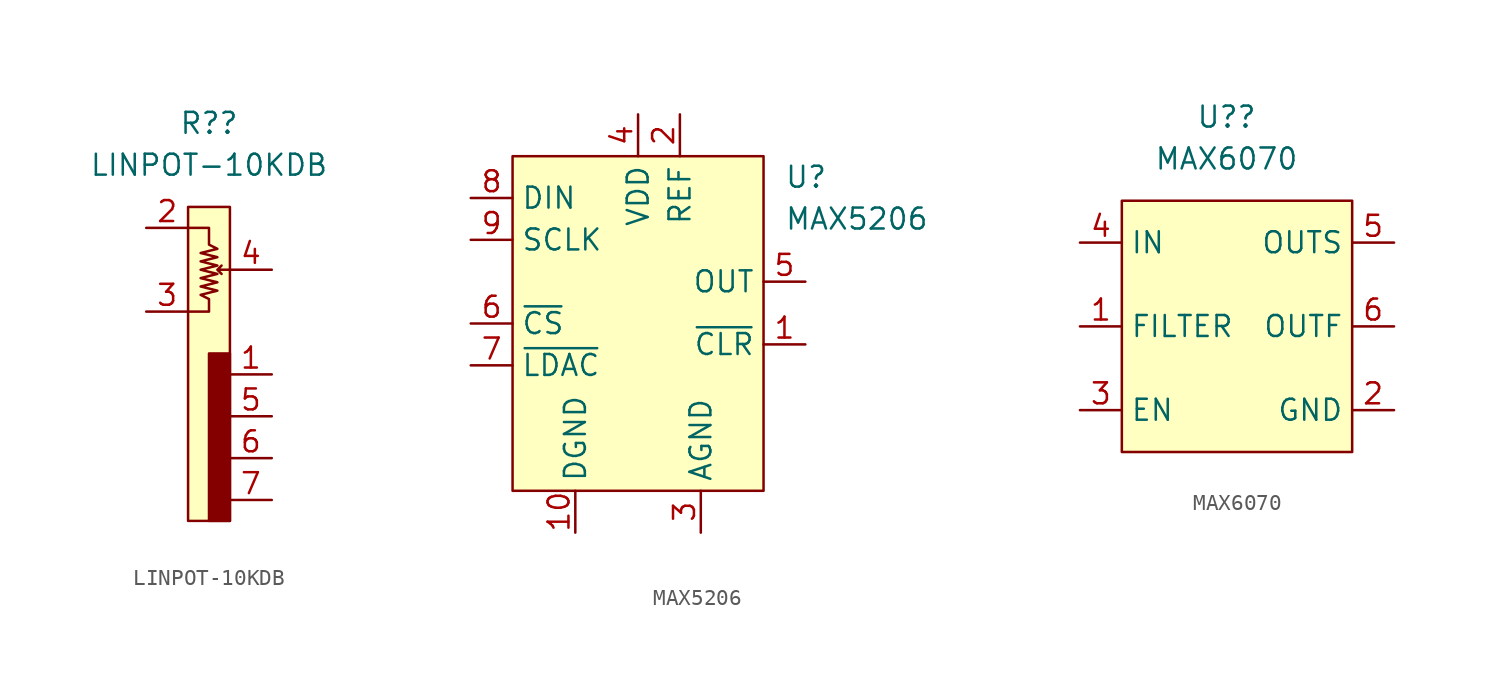
<source format=kicad_sym>
(kicad_symbol_lib
  (version 20211014)
  (generator kicad_symbol_editor)
  (symbol "LINPOT-10KDB"
    (property "Reference" "R?"
      (at 0 13.97 0)
      (effects (font (size 1.27 1.27))))
    (property "Value" "LINPOT-10KDB"
      (at 0 11.43 0)
      (effects (font (size 1.27 1.27))))
    (symbol "LINPOT-10KDB_0_1"
      (rectangle (start -1.27 8.89) (end 1.27 -10.16) (stroke (width 0) (type default) (color 0 0 0 0)) (fill (type background)))
      (polyline (pts (xy 1.27 5.08) (xy 0.508 5.08) (xy 0.762 4.826) (xy 0.508 5.08) (xy 0.762 5.334)) (stroke (width 0) (type default) (color 0 0 0 0)) (fill (type none)))
      (polyline (pts (xy -1.27 2.54) (xy 0 2.54) (xy 0 3.302) (xy -0.508 3.556) (xy 0.508 3.81) (xy -0.508 4.064) (xy 0.508 4.318) (xy -0.508 4.572) (xy 0.508 4.826) (xy -0.508 5.08) (xy 0.508 5.334) (xy -0.508 5.588) (xy 0.508 5.842) (xy -0.508 6.096) (xy 0.508 6.35) (xy 0 6.604) (xy 0 7.62) (xy -1.27 7.62)) (stroke (width 0) (type default) (color 0 0 0 0)) (fill (type none)))
      (rectangle (start 1.27 0) (end 0 -10.16) (stroke (width 0) (type default) (color 0 0 0 0)) (fill (type outline))))
    (symbol "LINPOT-10KDB_1_1"
      (pin passive line (at 3.81 -1.27 180) (length 2.54) (name "" (effects (font (size 1.27 1.27)))) (number "1" (effects (font (size 1.27 1.27)))))
      (pin passive line (at -3.81 7.62 0) (length 2.54) (name "" (effects (font (size 1.27 1.27)))) (number "2" (effects (font (size 1.27 1.27)))))
      (pin passive line (at -3.81 2.54 0) (length 2.54) (name "" (effects (font (size 1.27 1.27)))) (number "3" (effects (font (size 1.27 1.27)))))
      (pin passive line (at 3.81 5.08 180) (length 2.54) (name "" (effects (font (size 1.27 1.27)))) (number "4" (effects (font (size 1.27 1.27)))))
      (pin passive line (at 3.81 -3.81 180) (length 2.54) (name "" (effects (font (size 1.27 1.27)))) (number "5" (effects (font (size 1.27 1.27)))))
      (pin passive line (at 3.81 -6.35 180) (length 2.54) (name "" (effects (font (size 1.27 1.27)))) (number "6" (effects (font (size 1.27 1.27)))))
      (pin passive line (at 3.81 -8.89 180) (length 2.54) (name "" (effects (font (size 1.27 1.27)))) (number "7" (effects (font (size 1.27 1.27)))))))
  (symbol "MAX5206"
    (property "Reference" "U"
      (at 8.89 6.35 0)
      (effects (font (size 1.27 1.27)) (justify left)))
    (property "Value" "MAX5206"
      (at 8.89 3.81 0)
      (effects (font (size 1.27 1.27)) (justify left)))
    (symbol "MAX5206_0_1"
      (rectangle (start -7.62 7.62) (end 7.62 -12.7) (stroke (width 0) (type default) (color 0 0 0 0)) (fill (type background))))
    (symbol "MAX5206_1_1"
      (pin input line (at 10.16 -3.81 180) (length 2.54) (name "~{CLR}" (effects (font (size 1.27 1.27)))) (number "1" (effects (font (size 1.27 1.27)))))
      (pin power_in line (at -3.81 -15.24 90) (length 2.54) (name "DGND" (effects (font (size 1.27 1.27)))) (number "10" (effects (font (size 1.27 1.27)))))
      (pin power_in line (at 2.54 10.16 270) (length 2.54) (name "REF" (effects (font (size 1.27 1.27)))) (number "2" (effects (font (size 1.27 1.27)))))
      (pin power_in line (at 3.81 -15.24 90) (length 2.54) (name "AGND" (effects (font (size 1.27 1.27)))) (number "3" (effects (font (size 1.27 1.27)))))
      (pin power_in line (at 0 10.16 270) (length 2.54) (name "VDD" (effects (font (size 1.27 1.27)))) (number "4" (effects (font (size 1.27 1.27)))))
      (pin output line (at 10.16 0 180) (length 2.54) (name "OUT" (effects (font (size 1.27 1.27)))) (number "5" (effects (font (size 1.27 1.27)))))
      (pin input line (at -10.16 -2.54 0) (length 2.54) (name "~{CS}" (effects (font (size 1.27 1.27)))) (number "6" (effects (font (size 1.27 1.27)))))
      (pin input line (at -10.16 -5.08 0) (length 2.54) (name "~{LDAC}" (effects (font (size 1.27 1.27)))) (number "7" (effects (font (size 1.27 1.27)))))
      (pin input line (at -10.16 5.08 0) (length 2.54) (name "DIN" (effects (font (size 1.27 1.27)))) (number "8" (effects (font (size 1.27 1.27)))))
      (pin bidirectional line (at -10.16 2.54 0) (length 2.54) (name "SCLK" (effects (font (size 1.27 1.27)))) (number "9" (effects (font (size 1.27 1.27)))))))
  (symbol "MAX6070"
    (property "Reference" "U?"
      (at 0 12.7 0)
      (effects (font (size 1.27 1.27))))
    (property "Value" "MAX6070"
      (at 0 10.16 0)
      (effects (font (size 1.27 1.27))))
    (symbol "MAX6070_0_1"
      (rectangle (start -6.35 7.62) (end 7.62 -7.62) (stroke (width 0) (type default) (color 0 0 0 0)) (fill (type background))))
    (symbol "MAX6070_1_1"
      (pin passive line (at -8.89 0 0) (length 2.54) (name "FILTER" (effects (font (size 1.27 1.27)))) (number "1" (effects (font (size 1.27 1.27)))))
      (pin power_out line (at 10.16 -5.08 180) (length 2.54) (name "GND" (effects (font (size 1.27 1.27)))) (number "2" (effects (font (size 1.27 1.27)))))
      (pin input line (at -8.89 -5.08 0) (length 2.54) (name "EN" (effects (font (size 1.27 1.27)))) (number "3" (effects (font (size 1.27 1.27)))))
      (pin power_in line (at -8.89 5.08 0) (length 2.54) (name "IN" (effects (font (size 1.27 1.27)))) (number "4" (effects (font (size 1.27 1.27)))))
      (pin input line (at 10.16 5.08 180) (length 2.54) (name "OUTS" (effects (font (size 1.27 1.27)))) (number "5" (effects (font (size 1.27 1.27)))))
      (pin power_out line (at 10.16 0 180) (length 2.54) (name "OUTF" (effects (font (size 1.27 1.27)))) (number "6" (effects (font (size 1.27 1.27))))))))
</source>
